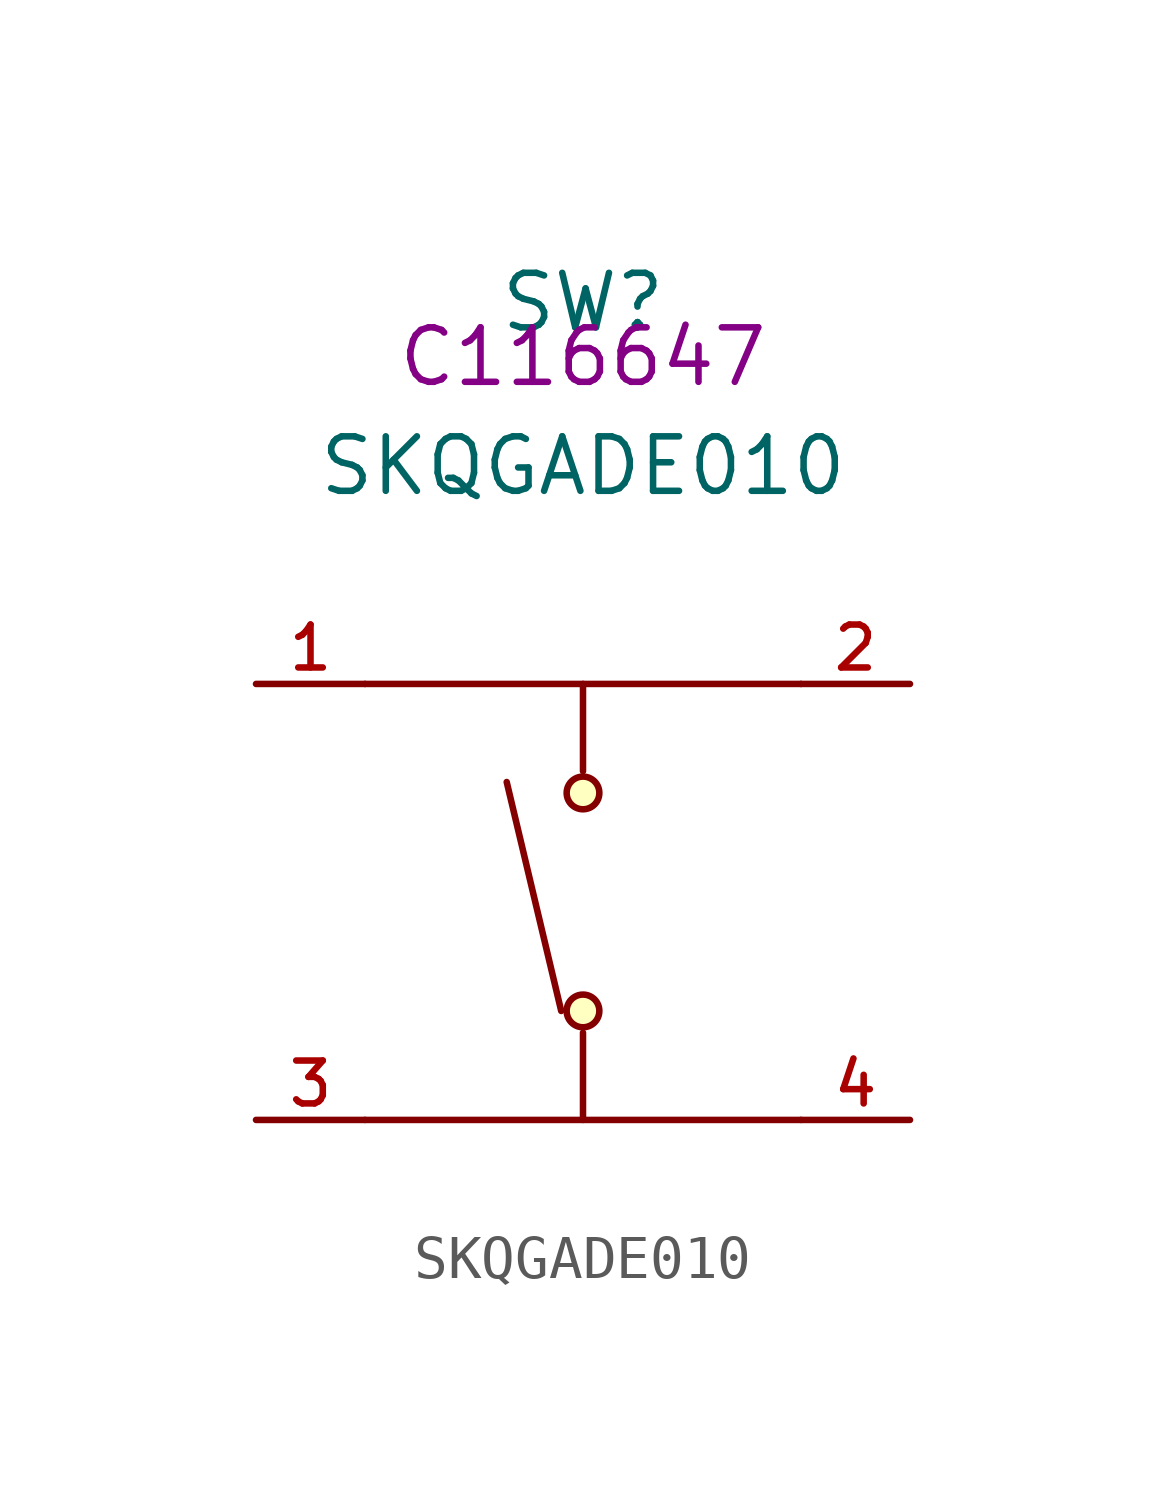
<source format=kicad_sym>
(kicad_symbol_lib
  (version 20210201)
  (generator TousstNicolas/JLC2KiCad_lib)
  (symbol "SKQGADE010"
    (pin_names hide)
    (property "Reference" "SW"
      (at 0 1.27 0)
      (effects (font (size 1.27 1.27))))
    (property "Value" "SKQGADE010"
      (at 0 -2.54 0)
      (effects (font (size 1.27 1.27))))
    (property "LCSC" "C116647"
      (at 0 0 0)
      (effects (font (size 1.27 1.27))))
    (symbol "SKQGADE010_0_0"
      (circle (center 0.0 -15.24) (radius 0.381) (stroke (width 0) (type default) (color 0 0 0 0)) (fill (type background)))
      (circle (center 0.0 -10.16) (radius 0.381) (stroke (width 0) (type default) (color 0 0 0 0)) (fill (type background)))
      (polyline (pts (xy 0.0 -9.652) (xy 0.0 -7.62)) (stroke (width 0) (type default) (color 0 0 0 0)) (fill (type none)))
      (polyline (pts (xy 0.0 -15.748) (xy 0.0 -17.78)) (stroke (width 0) (type default) (color 0 0 0 0)) (fill (type none)))
      (polyline (pts (xy -0.508 -15.24) (xy -1.778 -9.906)) (stroke (width 0) (type default) (color 0 0 0 0)) (fill (type none)))
      (polyline (pts (xy -5.08 -17.78) (xy 5.08 -17.78)) (stroke (width 0) (type default) (color 0 0 0 0)) (fill (type none)))
      (polyline (pts (xy -5.08 -7.62) (xy 5.08 -7.62)) (stroke (width 0) (type default) (color 0 0 0 0)) (fill (type none)))
      (pin unspecified line (at -7.62 -7.62 0) (length 2.54) (name "1" (effects (font (size 1 1)))) (number "1" (effects (font (size 1 1)))))
      (pin unspecified line (at 7.62 -7.62 180) (length 2.54) (name "2" (effects (font (size 1 1)))) (number "2" (effects (font (size 1 1)))))
      (pin unspecified line (at -7.62 -17.78 0) (length 2.54) (name "3" (effects (font (size 1 1)))) (number "3" (effects (font (size 1 1)))))
      (pin unspecified line (at 7.62 -17.78 180) (length 2.54) (name "4" (effects (font (size 1 1)))) (number "4" (effects (font (size 1 1))))))))
</source>
